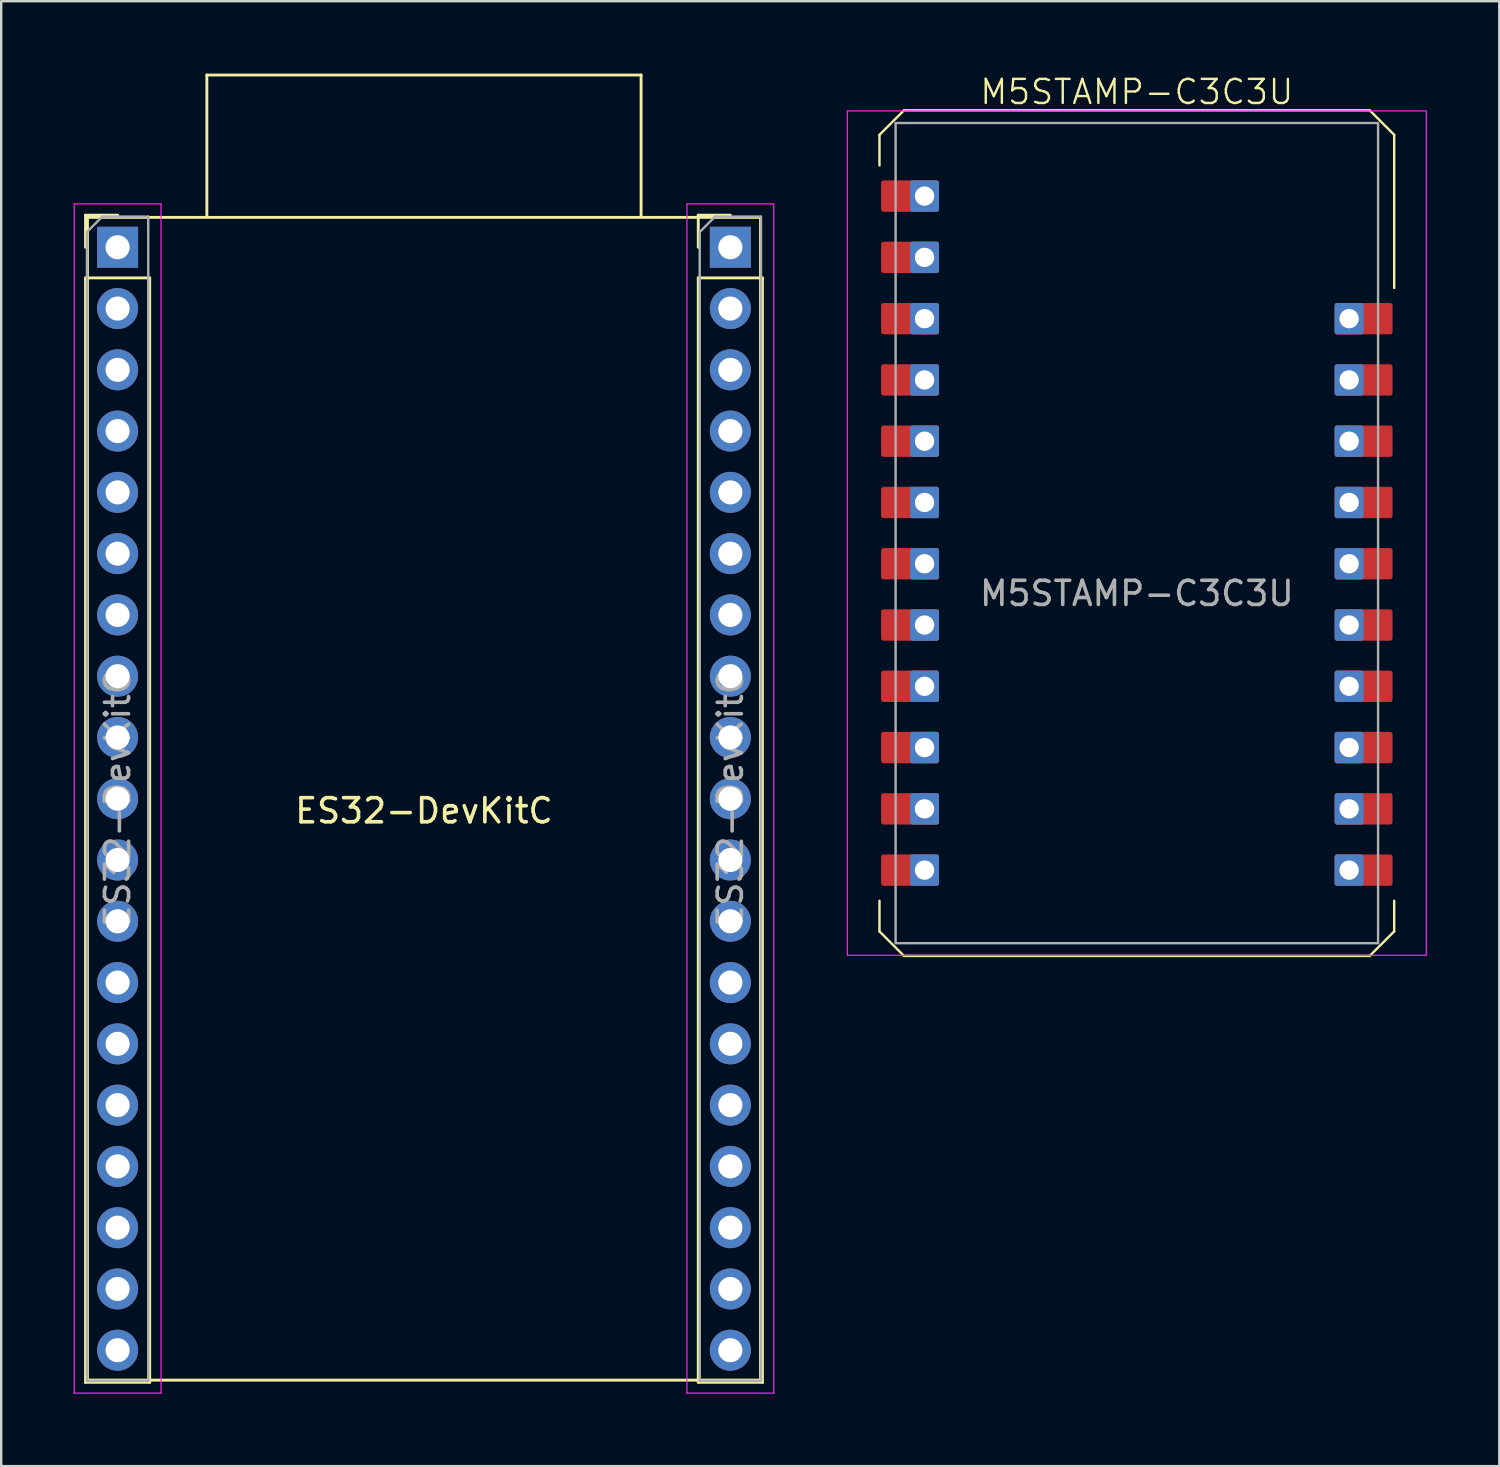
<source format=kicad_pcb>
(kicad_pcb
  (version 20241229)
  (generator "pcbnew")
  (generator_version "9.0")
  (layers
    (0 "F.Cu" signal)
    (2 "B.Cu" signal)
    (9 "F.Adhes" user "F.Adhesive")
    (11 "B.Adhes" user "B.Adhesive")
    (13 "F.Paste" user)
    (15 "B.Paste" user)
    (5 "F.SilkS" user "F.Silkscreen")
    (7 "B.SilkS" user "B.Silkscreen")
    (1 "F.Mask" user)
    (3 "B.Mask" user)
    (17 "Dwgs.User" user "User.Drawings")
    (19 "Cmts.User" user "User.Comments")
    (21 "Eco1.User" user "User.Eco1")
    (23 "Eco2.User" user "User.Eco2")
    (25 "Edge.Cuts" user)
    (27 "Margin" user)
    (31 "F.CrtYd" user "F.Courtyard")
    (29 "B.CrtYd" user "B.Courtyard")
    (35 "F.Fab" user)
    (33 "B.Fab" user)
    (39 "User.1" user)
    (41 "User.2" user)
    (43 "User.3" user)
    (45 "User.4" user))
  (footprint "ES32-DevKitC"
    (layer "F.Cu")
    (at 14.525 30.06)
    (property "Reference" "ES32-DevKitC" (at 0 0.5 0) (layer "F.SilkS") (effects (font (size 1 1) (thickness 0.15))))
    (attr through_hole)
    (fp_line (start -14.03 -24.19) (end -12.7 -24.19) (stroke (width 0.12) (type solid)) (layer "F.SilkS"))
    (fp_line (start -14.03 -22.86) (end -14.03 -24.19) (stroke (width 0.12) (type solid)) (layer "F.SilkS"))
    (fp_line (start -14.03 -21.59) (end -14.03 24.19) (stroke (width 0.12) (type solid)) (layer "F.SilkS"))
    (fp_line (start -14.03 -21.59) (end -11.37 -21.59) (stroke (width 0.12) (type solid)) (layer "F.SilkS"))
    (fp_line (start -14.03 24.19) (end -11.37 24.19) (stroke (width 0.12) (type solid)) (layer "F.SilkS"))
    (fp_line (start -13.95 -24.1) (end 13.95 -24.1) (stroke (width 0.12) (type solid)) (layer "F.SilkS"))
    (fp_line (start -13.95 24.1) (end -13.95 -24.1) (stroke (width 0.12) (type solid)) (layer "F.SilkS"))
    (fp_line (start -13.95 24.1) (end 13.95 24.1) (stroke (width 0.12) (type solid)) (layer "F.SilkS"))
    (fp_line (start -11.37 -21.59) (end -11.37 24.19) (stroke (width 0.12) (type solid)) (layer "F.SilkS"))
    (fp_line (start -9 -30) (end 9 -30) (stroke (width 0.12) (type solid)) (layer "F.SilkS"))
    (fp_line (start -9 -24.13) (end -9 -30) (stroke (width 0.12) (type solid)) (layer "F.SilkS"))
    (fp_line (start 9 -30) (end 9 -24.13) (stroke (width 0.12) (type solid)) (layer "F.SilkS"))
    (fp_line (start 11.37 -24.19) (end 12.7 -24.19) (stroke (width 0.12) (type solid)) (layer "F.SilkS"))
    (fp_line (start 11.37 -22.86) (end 11.37 -24.19) (stroke (width 0.12) (type solid)) (layer "F.SilkS"))
    (fp_line (start 11.37 -21.59) (end 11.37 24.19) (stroke (width 0.12) (type solid)) (layer "F.SilkS"))
    (fp_line (start 11.37 -21.59) (end 14.03 -21.59) (stroke (width 0.12) (type solid)) (layer "F.SilkS"))
    (fp_line (start 11.37 24.19) (end 14.03 24.19) (stroke (width 0.12) (type solid)) (layer "F.SilkS"))
    (fp_line (start 13.95 -24.1) (end 13.95 24.1) (stroke (width 0.12) (type solid)) (layer "F.SilkS"))
    (fp_line (start 14.03 -21.59) (end 14.03 24.19) (stroke (width 0.12) (type solid)) (layer "F.SilkS"))
    (fp_line (start -14.5 -24.66) (end -14.5 24.64) (stroke (width 0.05) (type solid)) (layer "F.CrtYd"))
    (fp_line (start -14.5 24.64) (end -10.9 24.64) (stroke (width 0.05) (type solid)) (layer "F.CrtYd"))
    (fp_line (start -10.9 -24.66) (end -14.5 -24.66) (stroke (width 0.05) (type solid)) (layer "F.CrtYd"))
    (fp_line (start -10.9 24.64) (end -10.9 -24.66) (stroke (width 0.05) (type solid)) (layer "F.CrtYd"))
    (fp_line (start 10.9 -24.66) (end 10.9 24.64) (stroke (width 0.05) (type solid)) (layer "F.CrtYd"))
    (fp_line (start 10.9 24.64) (end 14.5 24.64) (stroke (width 0.05) (type solid)) (layer "F.CrtYd"))
    (fp_line (start 14.5 -24.66) (end 10.9 -24.66) (stroke (width 0.05) (type solid)) (layer "F.CrtYd"))
    (fp_line (start 14.5 24.64) (end 14.5 -24.66) (stroke (width 0.05) (type solid)) (layer "F.CrtYd"))
    (fp_line (start -13.97 -23.495) (end -13.335 -24.13) (stroke (width 0.1) (type solid)) (layer "F.Fab"))
    (fp_line (start -13.97 24.13) (end -13.97 -23.495) (stroke (width 0.1) (type solid)) (layer "F.Fab"))
    (fp_line (start -13.335 -24.13) (end -11.43 -24.13) (stroke (width 0.1) (type solid)) (layer "F.Fab"))
    (fp_line (start -11.43 -24.13) (end -11.43 24.13) (stroke (width 0.1) (type solid)) (layer "F.Fab"))
    (fp_line (start -11.43 24.13) (end -13.97 24.13) (stroke (width 0.1) (type solid)) (layer "F.Fab"))
    (fp_line (start 11.43 -23.495) (end 12.065 -24.13) (stroke (width 0.1) (type solid)) (layer "F.Fab"))
    (fp_line (start 11.43 24.13) (end 11.43 -23.495) (stroke (width 0.1) (type solid)) (layer "F.Fab"))
    (fp_line (start 12.065 -24.13) (end 13.97 -24.13) (stroke (width 0.1) (type solid)) (layer "F.Fab"))
    (fp_line (start 13.97 -24.13) (end 13.97 24.13) (stroke (width 0.1) (type solid)) (layer "F.Fab"))
    (fp_line (start 13.97 24.13) (end 11.43 24.13) (stroke (width 0.1) (type solid)) (layer "F.Fab"))
    (fp_text user "${REFERENCE}" (at -12.7 0 90) (layer "F.Fab") (effects (font (size 1 1) (thickness 0.15))))
    (fp_text user "${REFERENCE}" (at 12.7 0 90) (layer "F.Fab") (effects (font (size 1 1) (thickness 0.15))))
    (pad "1" thru_hole rect (at -12.7 -22.86) (size 1.7 1.7) (drill 1) (layers "*.Cu" "*.Mask"))
    (pad "2" thru_hole oval (at -12.7 -20.32) (size 1.7 1.7) (drill 1) (layers "*.Cu" "*.Mask"))
    (pad "3" thru_hole oval (at -12.7 -17.78) (size 1.7 1.7) (drill 1) (layers "*.Cu" "*.Mask"))
    (pad "4" thru_hole oval (at -12.7 -15.24) (size 1.7 1.7) (drill 1) (layers "*.Cu" "*.Mask"))
    (pad "5" thru_hole oval (at -12.7 -12.7) (size 1.7 1.7) (drill 1) (layers "*.Cu" "*.Mask"))
    (pad "6" thru_hole oval (at -12.7 -10.16) (size 1.7 1.7) (drill 1) (layers "*.Cu" "*.Mask"))
    (pad "7" thru_hole oval (at -12.7 -7.62) (size 1.7 1.7) (drill 1) (layers "*.Cu" "*.Mask"))
    (pad "8" thru_hole oval (at -12.7 -5.08) (size 1.7 1.7) (drill 1) (layers "*.Cu" "*.Mask"))
    (pad "9" thru_hole oval (at -12.7 -2.54) (size 1.7 1.7) (drill 1) (layers "*.Cu" "*.Mask"))
    (pad "10" thru_hole oval (at -12.7 0) (size 1.7 1.7) (drill 1) (layers "*.Cu" "*.Mask"))
    (pad "11" thru_hole oval (at -12.7 2.54) (size 1.7 1.7) (drill 1) (layers "*.Cu" "*.Mask"))
    (pad "12" thru_hole oval (at -12.7 5.08) (size 1.7 1.7) (drill 1) (layers "*.Cu" "*.Mask"))
    (pad "13" thru_hole oval (at -12.7 7.62) (size 1.7 1.7) (drill 1) (layers "*.Cu" "*.Mask"))
    (pad "14" thru_hole oval (at -12.7 10.16) (size 1.7 1.7) (drill 1) (layers "*.Cu" "*.Mask"))
    (pad "15" thru_hole oval (at -12.7 12.7) (size 1.7 1.7) (drill 1) (layers "*.Cu" "*.Mask"))
    (pad "16" thru_hole oval (at -12.7 15.24) (size 1.7 1.7) (drill 1) (layers "*.Cu" "*.Mask"))
    (pad "17" thru_hole oval (at -12.7 17.78) (size 1.7 1.7) (drill 1) (layers "*.Cu" "*.Mask"))
    (pad "18" thru_hole oval (at -12.7 20.32) (size 1.7 1.7) (drill 1) (layers "*.Cu" "*.Mask"))
    (pad "19" thru_hole oval (at -12.7 22.86) (size 1.7 1.7) (drill 1) (layers "*.Cu" "*.Mask"))
    (pad "20" thru_hole rect (at 12.7 -22.86) (size 1.7 1.7) (drill 1) (layers "*.Cu" "*.Mask"))
    (pad "21" thru_hole oval (at 12.7 -20.32) (size 1.7 1.7) (drill 1) (layers "*.Cu" "*.Mask"))
    (pad "22" thru_hole oval (at 12.7 -17.78) (size 1.7 1.7) (drill 1) (layers "*.Cu" "*.Mask"))
    (pad "23" thru_hole oval (at 12.7 -15.24) (size 1.7 1.7) (drill 1) (layers "*.Cu" "*.Mask"))
    (pad "24" thru_hole oval (at 12.7 -12.7) (size 1.7 1.7) (drill 1) (layers "*.Cu" "*.Mask"))
    (pad "25" thru_hole oval (at 12.7 -10.16) (size 1.7 1.7) (drill 1) (layers "*.Cu" "*.Mask"))
    (pad "26" thru_hole oval (at 12.7 -7.62) (size 1.7 1.7) (drill 1) (layers "*.Cu" "*.Mask"))
    (pad "27" thru_hole oval (at 12.7 -5.08) (size 1.7 1.7) (drill 1) (layers "*.Cu" "*.Mask"))
    (pad "28" thru_hole oval (at 12.7 -2.54) (size 1.7 1.7) (drill 1) (layers "*.Cu" "*.Mask"))
    (pad "29" thru_hole oval (at 12.7 0) (size 1.7 1.7) (drill 1) (layers "*.Cu" "*.Mask"))
    (pad "30" thru_hole oval (at 12.7 2.54) (size 1.7 1.7) (drill 1) (layers "*.Cu" "*.Mask"))
    (pad "31" thru_hole oval (at 12.7 5.08) (size 1.7 1.7) (drill 1) (layers "*.Cu" "*.Mask"))
    (pad "32" thru_hole oval (at 12.7 7.62) (size 1.7 1.7) (drill 1) (layers "*.Cu" "*.Mask"))
    (pad "33" thru_hole oval (at 12.7 10.16) (size 1.7 1.7) (drill 1) (layers "*.Cu" "*.Mask"))
    (pad "34" thru_hole oval (at 12.7 12.7) (size 1.7 1.7) (drill 1) (layers "*.Cu" "*.Mask"))
    (pad "35" thru_hole oval (at 12.7 15.24) (size 1.7 1.7) (drill 1) (layers "*.Cu" "*.Mask"))
    (pad "36" thru_hole oval (at 12.7 17.78) (size 1.7 1.7) (drill 1) (layers "*.Cu" "*.Mask"))
    (pad "37" thru_hole oval (at 12.7 20.32) (size 1.7 1.7) (drill 1) (layers "*.Cu" "*.Mask"))
    (pad "38" thru_hole oval (at 12.7 22.86) (size 1.7 1.7) (drill 1) (layers "*.Cu" "*.Mask")))
  (footprint "M5STAMP-C3C3U"
    (layer "F.Cu")
    (at 44.075 19.049)
    (property "Reference" "M5STAMP-C3C3U" (at 0 -18.288 0) (unlocked yes) (layer "F.SilkS") (effects (font (size 1 1) (thickness 0.1))))
    (attr through_hole)
    (fp_line (start -10.668 -16.51) (end -9.652 -17.526) (stroke (width 0.1) (type default)) (layer "F.SilkS"))
    (fp_line (start -10.668 -15.24) (end -10.668 -16.51) (stroke (width 0.1) (type default)) (layer "F.SilkS"))
    (fp_line (start -10.668 16.51) (end -10.668 15.24) (stroke (width 0.1) (type default)) (layer "F.SilkS"))
    (fp_line (start -9.652 -17.526) (end 9.652 -17.526) (stroke (width 0.1) (type default)) (layer "F.SilkS"))
    (fp_line (start -9.652 17.526) (end -10.668 16.51) (stroke (width 0.1) (type default)) (layer "F.SilkS"))
    (fp_line (start 9.652 -17.526) (end 10.668 -16.51) (stroke (width 0.1) (type default)) (layer "F.SilkS"))
    (fp_line (start 9.652 17.526) (end -9.652 17.526) (stroke (width 0.1) (type default)) (layer "F.SilkS"))
    (fp_line (start 10.668 -16.51) (end 10.668 -10.16) (stroke (width 0.1) (type default)) (layer "F.SilkS"))
    (fp_line (start 10.668 15.24) (end 10.668 16.51) (stroke (width 0.1) (type default)) (layer "F.SilkS"))
    (fp_line (start 10.668 16.51) (end 9.652 17.526) (stroke (width 0.1) (type default)) (layer "F.SilkS"))
    (fp_rect (start -12 -17.5) (end 12 17.5) (stroke (width 0.05) (type default)) (fill no) (layer "F.CrtYd"))
    (fp_rect (start -10 -17) (end 10 17) (stroke (width 0.1) (type default)) (fill no) (layer "F.Fab"))
    (fp_text user "${REFERENCE}" (at 0 2.5 0) (unlocked yes) (layer "F.Fab") (effects (font (size 1 1) (thickness 0.15))))
    (pad "1" smd roundrect (at -9.4 -13.97) (size 2.4 1.3) (layers "F.Cu" "F.Mask" "F.Paste") (roundrect_rratio 0.077))
    (pad "1" thru_hole roundrect (at -8.8 -13.97) (size 1.2 1.3) (drill 0.8) (layers "*.Cu" "*.Mask") (roundrect_rratio 0.083))
    (pad "2" smd roundrect (at -9.4 -11.43) (size 2.4 1.3) (layers "F.Cu" "F.Mask" "F.Paste") (roundrect_rratio 0.077))
    (pad "2" thru_hole roundrect (at -8.8 -11.43) (size 1.2 1.3) (drill 0.8) (layers "*.Cu" "*.Mask") (roundrect_rratio 0.083))
    (pad "3" smd roundrect (at -9.4 -8.89) (size 2.4 1.3) (layers "F.Cu" "F.Mask" "F.Paste") (roundrect_rratio 0.077))
    (pad "3" thru_hole roundrect (at -8.8 -8.89) (size 1.2 1.3) (drill 0.8) (layers "*.Cu" "*.Mask") (roundrect_rratio 0.083))
    (pad "4" smd roundrect (at -9.4 -6.35) (size 2.4 1.3) (layers "F.Cu" "F.Mask" "F.Paste") (roundrect_rratio 0.077))
    (pad "4" thru_hole roundrect (at -8.8 -6.35) (size 1.2 1.3) (drill 0.8) (layers "*.Cu" "*.Mask") (roundrect_rratio 0.083))
    (pad "5" smd roundrect (at -9.4 -3.81) (size 2.4 1.3) (layers "F.Cu" "F.Mask" "F.Paste") (roundrect_rratio 0.077))
    (pad "5" thru_hole roundrect (at -8.8 -3.81) (size 1.2 1.3) (drill 0.8) (layers "*.Cu" "*.Mask") (roundrect_rratio 0.083))
    (pad "6" smd roundrect (at -9.4 -1.27) (size 2.4 1.3) (layers "F.Cu" "F.Mask" "F.Paste") (roundrect_rratio 0.077))
    (pad "6" thru_hole roundrect (at -8.8 -1.27) (size 1.2 1.3) (drill 0.8) (layers "*.Cu" "*.Mask") (roundrect_rratio 0.083))
    (pad "7" smd roundrect (at -9.4 1.27) (size 2.4 1.3) (layers "F.Cu" "F.Mask" "F.Paste") (roundrect_rratio 0.077))
    (pad "7" thru_hole roundrect (at -8.8 1.27) (size 1.2 1.3) (drill 0.8) (layers "*.Cu" "*.Mask") (roundrect_rratio 0.083))
    (pad "8" smd roundrect (at -9.4 3.81) (size 2.4 1.3) (layers "F.Cu" "F.Mask" "F.Paste") (roundrect_rratio 0.077))
    (pad "8" thru_hole roundrect (at -8.8 3.81) (size 1.2 1.3) (drill 0.8) (layers "*.Cu" "*.Mask") (roundrect_rratio 0.083))
    (pad "9" smd roundrect (at -9.4 6.35) (size 2.4 1.3) (layers "F.Cu" "F.Mask" "F.Paste") (roundrect_rratio 0.077))
    (pad "9" thru_hole roundrect (at -8.8 6.35) (size 1.2 1.3) (drill 0.8) (layers "*.Cu" "*.Mask") (roundrect_rratio 0.083))
    (pad "10" smd roundrect (at -9.4 8.89) (size 2.4 1.3) (layers "F.Cu" "F.Mask" "F.Paste") (roundrect_rratio 0.077))
    (pad "10" thru_hole roundrect (at -8.8 8.89) (size 1.2 1.3) (drill 0.8) (layers "*.Cu" "*.Mask") (roundrect_rratio 0.083))
    (pad "11" smd roundrect (at -9.4 11.43) (size 2.4 1.3) (layers "F.Cu" "F.Mask" "F.Paste") (roundrect_rratio 0.077))
    (pad "11" thru_hole roundrect (at -8.8 11.43) (size 1.2 1.3) (drill 0.8) (layers "*.Cu" "*.Mask") (roundrect_rratio 0.083))
    (pad "12" smd roundrect (at -9.4 13.97) (size 2.4 1.3) (layers "F.Cu" "F.Mask" "F.Paste") (roundrect_rratio 0.077))
    (pad "12" thru_hole roundrect (at -8.8 13.97) (size 1.2 1.3) (drill 0.8) (layers "*.Cu" "*.Mask") (roundrect_rratio 0.083))
    (pad "13" thru_hole roundrect (at 8.8 13.97) (size 1.2 1.3) (drill 0.8) (layers "*.Cu" "*.Mask") (roundrect_rratio 0.083))
    (pad "13" smd roundrect (at 9.4 13.97) (size 2.4 1.3) (layers "F.Cu" "F.Mask" "F.Paste") (roundrect_rratio 0.077))
    (pad "14" thru_hole roundrect (at 8.8 11.43) (size 1.2 1.3) (drill 0.8) (layers "*.Cu" "*.Mask") (roundrect_rratio 0.083))
    (pad "14" smd roundrect (at 9.4 11.43) (size 2.4 1.3) (layers "F.Cu" "F.Mask" "F.Paste") (roundrect_rratio 0.077))
    (pad "15" thru_hole roundrect (at 8.8 8.89) (size 1.2 1.3) (drill 0.8) (layers "*.Cu" "*.Mask") (roundrect_rratio 0.083))
    (pad "15" smd roundrect (at 9.4 8.89) (size 2.4 1.3) (layers "F.Cu" "F.Mask" "F.Paste") (roundrect_rratio 0.077))
    (pad "16" thru_hole roundrect (at 8.8 6.35) (size 1.2 1.3) (drill 0.8) (layers "*.Cu" "*.Mask") (roundrect_rratio 0.083))
    (pad "16" smd roundrect (at 9.4 6.35) (size 2.4 1.3) (layers "F.Cu" "F.Mask" "F.Paste") (roundrect_rratio 0.077))
    (pad "17" thru_hole roundrect (at 8.8 3.81) (size 1.2 1.3) (drill 0.8) (layers "*.Cu" "*.Mask") (roundrect_rratio 0.083))
    (pad "17" smd roundrect (at 9.4 3.81) (size 2.4 1.3) (layers "F.Cu" "F.Mask" "F.Paste") (roundrect_rratio 0.077))
    (pad "18" thru_hole roundrect (at 8.8 1.27) (size 1.2 1.3) (drill 0.8) (layers "*.Cu" "*.Mask") (roundrect_rratio 0.083))
    (pad "18" smd roundrect (at 9.4 1.27) (size 2.4 1.3) (layers "F.Cu" "F.Mask" "F.Paste") (roundrect_rratio 0.077))
    (pad "19" thru_hole roundrect (at 8.8 -1.27) (size 1.2 1.3) (drill 0.8) (layers "*.Cu" "*.Mask") (roundrect_rratio 0.083))
    (pad "19" smd roundrect (at 9.4 -1.27) (size 2.4 1.3) (layers "F.Cu" "F.Mask" "F.Paste") (roundrect_rratio 0.077))
    (pad "20" thru_hole roundrect (at 8.8 -3.81) (size 1.2 1.3) (drill 0.8) (layers "*.Cu" "*.Mask") (roundrect_rratio 0.083))
    (pad "20" smd roundrect (at 9.4 -3.81) (size 2.4 1.3) (layers "F.Cu" "F.Mask" "F.Paste") (roundrect_rratio 0.077))
    (pad "21" thru_hole roundrect (at 8.8 -6.35) (size 1.2 1.3) (drill 0.8) (layers "*.Cu" "*.Mask") (roundrect_rratio 0.083))
    (pad "21" smd roundrect (at 9.4 -6.35) (size 2.4 1.3) (layers "F.Cu" "F.Mask" "F.Paste") (roundrect_rratio 0.077))
    (pad "22" thru_hole roundrect (at 8.8 -8.89) (size 1.2 1.3) (drill 0.8) (layers "*.Cu" "*.Mask") (roundrect_rratio 0.083))
    (pad "22" smd roundrect (at 9.4 -8.89) (size 2.4 1.3) (layers "F.Cu" "F.Mask" "F.Paste") (roundrect_rratio 0.077)))
  (gr_rect
    (start -3 -3)
    (end 59.1 57.725)
    (stroke (width 0.1) (type default))
    (fill no)
    (layer "Edge.Cuts")))
</source>
